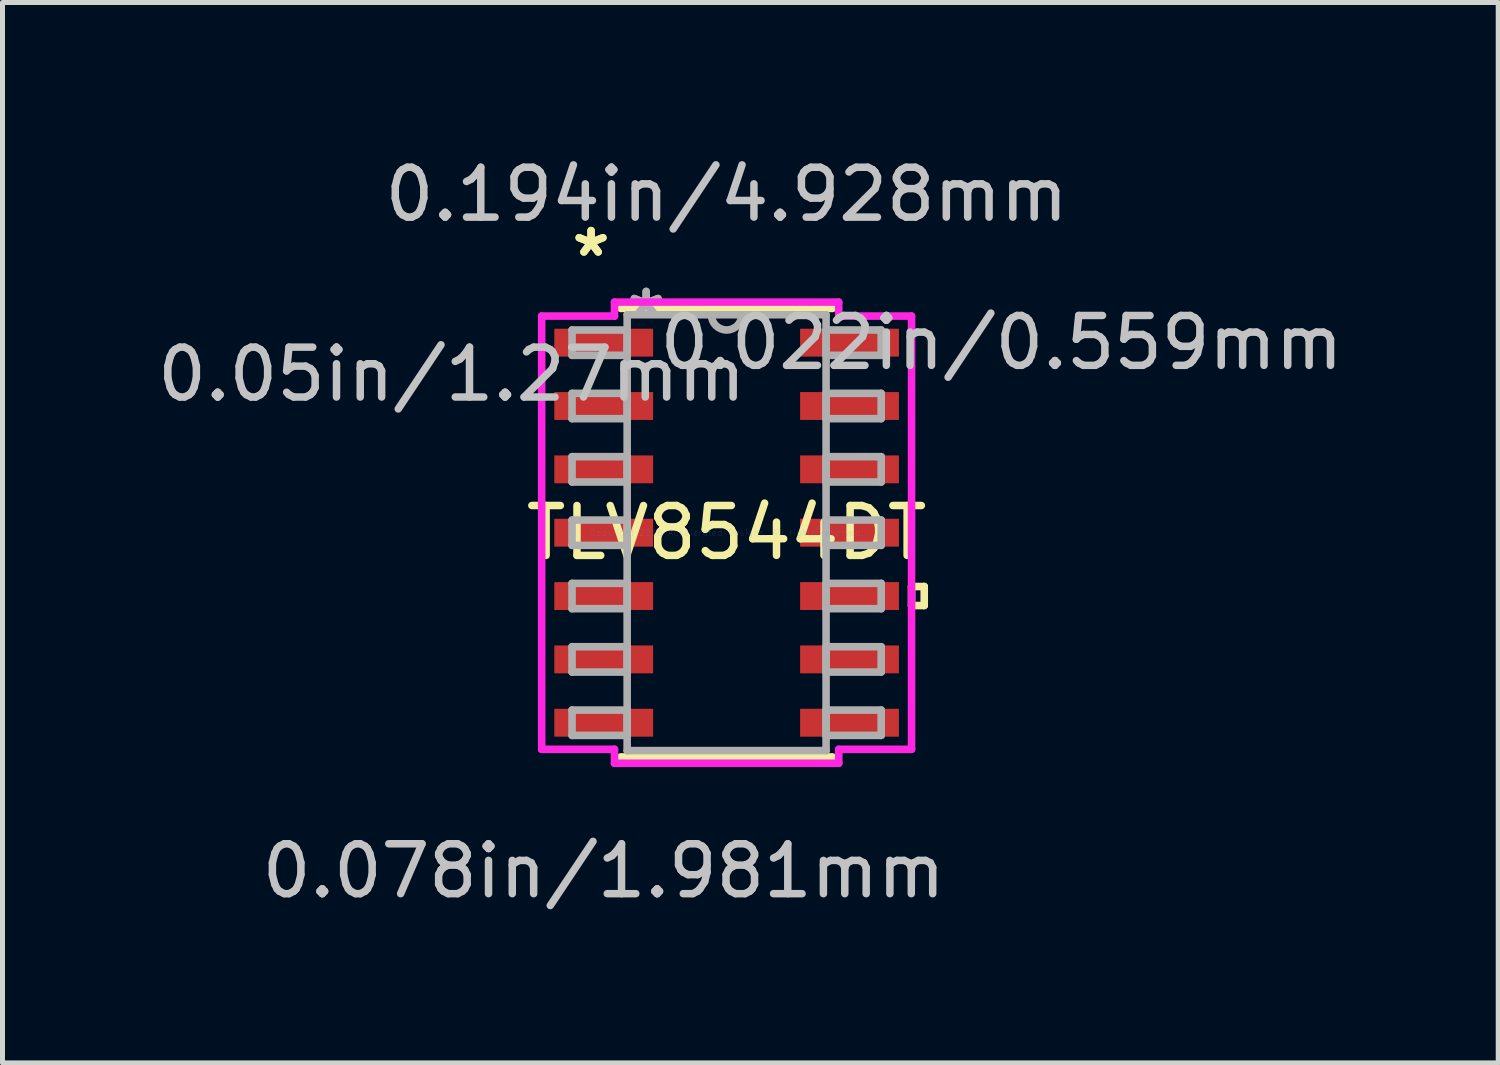
<source format=kicad_pcb>
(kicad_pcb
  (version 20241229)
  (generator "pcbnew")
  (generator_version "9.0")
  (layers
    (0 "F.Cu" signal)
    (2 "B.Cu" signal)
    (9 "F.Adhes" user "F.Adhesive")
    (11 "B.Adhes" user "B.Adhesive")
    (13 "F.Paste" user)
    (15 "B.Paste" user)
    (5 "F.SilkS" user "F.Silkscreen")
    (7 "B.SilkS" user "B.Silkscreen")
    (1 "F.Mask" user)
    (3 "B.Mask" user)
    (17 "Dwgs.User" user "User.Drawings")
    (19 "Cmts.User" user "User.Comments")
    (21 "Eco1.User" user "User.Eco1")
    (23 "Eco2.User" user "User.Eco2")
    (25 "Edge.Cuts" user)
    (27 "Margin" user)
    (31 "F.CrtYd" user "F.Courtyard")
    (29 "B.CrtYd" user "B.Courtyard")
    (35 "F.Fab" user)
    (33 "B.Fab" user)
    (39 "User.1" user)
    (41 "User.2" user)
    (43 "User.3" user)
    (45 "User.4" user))
  (footprint "TLV8544DT"
    (layer "F.Cu")
    (at 11.518 7.63)
    (property "Reference" "TLV8544DT" (at 0 0 0) (layer "F.SilkS") (effects (font (size 1 1) (thickness 0.15))))
    (attr through_hole)
    (fp_line (start -2.121 4.496) (end 2.121 4.496) (stroke (width 0.152) (type solid)) (layer "F.SilkS"))
    (fp_line (start 2.121 -4.496) (end -2.121 -4.496) (stroke (width 0.152) (type solid)) (layer "F.SilkS"))
    (fp_line (start 3.708 1.079) (end 3.962 1.079) (stroke (width 0.152) (type solid)) (layer "F.SilkS"))
    (fp_line (start 3.708 1.46) (end 3.708 1.079) (stroke (width 0.152) (type solid)) (layer "F.SilkS"))
    (fp_line (start 3.962 1.079) (end 3.962 1.46) (stroke (width 0.152) (type solid)) (layer "F.SilkS"))
    (fp_line (start 3.962 1.46) (end 3.708 1.46) (stroke (width 0.152) (type solid)) (layer "F.SilkS"))
    (fp_line (start -3.708 -4.343) (end -2.248 -4.343) (stroke (width 0.152) (type solid)) (layer "F.CrtYd"))
    (fp_line (start -3.708 4.343) (end -3.708 -4.343) (stroke (width 0.152) (type solid)) (layer "F.CrtYd"))
    (fp_line (start -2.248 -4.623) (end 2.248 -4.623) (stroke (width 0.152) (type solid)) (layer "F.CrtYd"))
    (fp_line (start -2.248 -4.343) (end -2.248 -4.623) (stroke (width 0.152) (type solid)) (layer "F.CrtYd"))
    (fp_line (start -2.248 4.343) (end -3.708 4.343) (stroke (width 0.152) (type solid)) (layer "F.CrtYd"))
    (fp_line (start -2.248 4.623) (end -2.248 4.343) (stroke (width 0.152) (type solid)) (layer "F.CrtYd"))
    (fp_line (start 2.248 -4.623) (end 2.248 -4.343) (stroke (width 0.152) (type solid)) (layer "F.CrtYd"))
    (fp_line (start 2.248 -4.343) (end 3.708 -4.343) (stroke (width 0.152) (type solid)) (layer "F.CrtYd"))
    (fp_line (start 2.248 4.343) (end 2.248 4.623) (stroke (width 0.152) (type solid)) (layer "F.CrtYd"))
    (fp_line (start 2.248 4.623) (end -2.248 4.623) (stroke (width 0.152) (type solid)) (layer "F.CrtYd"))
    (fp_line (start 3.708 -4.343) (end 3.708 4.343) (stroke (width 0.152) (type solid)) (layer "F.CrtYd"))
    (fp_line (start 3.708 4.343) (end 2.248 4.343) (stroke (width 0.152) (type solid)) (layer "F.CrtYd"))
    (fp_line (start -3.099 -4.064) (end -3.099 -3.556) (stroke (width 0.152) (type solid)) (layer "F.Fab"))
    (fp_line (start -3.099 -3.556) (end -1.994 -3.556) (stroke (width 0.152) (type solid)) (layer "F.Fab"))
    (fp_line (start -3.099 -2.794) (end -3.099 -2.286) (stroke (width 0.152) (type solid)) (layer "F.Fab"))
    (fp_line (start -3.099 -2.286) (end -1.994 -2.286) (stroke (width 0.152) (type solid)) (layer "F.Fab"))
    (fp_line (start -3.099 -1.524) (end -3.099 -1.016) (stroke (width 0.152) (type solid)) (layer "F.Fab"))
    (fp_line (start -3.099 -1.016) (end -1.994 -1.016) (stroke (width 0.152) (type solid)) (layer "F.Fab"))
    (fp_line (start -3.099 -0.254) (end -3.099 0.254) (stroke (width 0.152) (type solid)) (layer "F.Fab"))
    (fp_line (start -3.099 0.254) (end -1.994 0.254) (stroke (width 0.152) (type solid)) (layer "F.Fab"))
    (fp_line (start -3.099 1.016) (end -3.099 1.524) (stroke (width 0.152) (type solid)) (layer "F.Fab"))
    (fp_line (start -3.099 1.524) (end -1.994 1.524) (stroke (width 0.152) (type solid)) (layer "F.Fab"))
    (fp_line (start -3.099 2.286) (end -3.099 2.794) (stroke (width 0.152) (type solid)) (layer "F.Fab"))
    (fp_line (start -3.099 2.794) (end -1.994 2.794) (stroke (width 0.152) (type solid)) (layer "F.Fab"))
    (fp_line (start -3.099 3.556) (end -3.099 4.064) (stroke (width 0.152) (type solid)) (layer "F.Fab"))
    (fp_line (start -3.099 4.064) (end -1.994 4.064) (stroke (width 0.152) (type solid)) (layer "F.Fab"))
    (fp_line (start -1.994 -4.369) (end -1.994 4.369) (stroke (width 0.152) (type solid)) (layer "F.Fab"))
    (fp_line (start -1.994 -4.064) (end -3.099 -4.064) (stroke (width 0.152) (type solid)) (layer "F.Fab"))
    (fp_line (start -1.994 -3.556) (end -1.994 -4.064) (stroke (width 0.152) (type solid)) (layer "F.Fab"))
    (fp_line (start -1.994 -2.794) (end -3.099 -2.794) (stroke (width 0.152) (type solid)) (layer "F.Fab"))
    (fp_line (start -1.994 -2.286) (end -1.994 -2.794) (stroke (width 0.152) (type solid)) (layer "F.Fab"))
    (fp_line (start -1.994 -1.524) (end -3.099 -1.524) (stroke (width 0.152) (type solid)) (layer "F.Fab"))
    (fp_line (start -1.994 -1.016) (end -1.994 -1.524) (stroke (width 0.152) (type solid)) (layer "F.Fab"))
    (fp_line (start -1.994 -0.254) (end -3.099 -0.254) (stroke (width 0.152) (type solid)) (layer "F.Fab"))
    (fp_line (start -1.994 0.254) (end -1.994 -0.254) (stroke (width 0.152) (type solid)) (layer "F.Fab"))
    (fp_line (start -1.994 1.016) (end -3.099 1.016) (stroke (width 0.152) (type solid)) (layer "F.Fab"))
    (fp_line (start -1.994 1.524) (end -1.994 1.016) (stroke (width 0.152) (type solid)) (layer "F.Fab"))
    (fp_line (start -1.994 2.286) (end -3.099 2.286) (stroke (width 0.152) (type solid)) (layer "F.Fab"))
    (fp_line (start -1.994 2.794) (end -1.994 2.286) (stroke (width 0.152) (type solid)) (layer "F.Fab"))
    (fp_line (start -1.994 3.556) (end -3.099 3.556) (stroke (width 0.152) (type solid)) (layer "F.Fab"))
    (fp_line (start -1.994 4.064) (end -1.994 3.556) (stroke (width 0.152) (type solid)) (layer "F.Fab"))
    (fp_line (start -1.994 4.369) (end 1.994 4.369) (stroke (width 0.152) (type solid)) (layer "F.Fab"))
    (fp_line (start 1.994 -4.369) (end -1.994 -4.369) (stroke (width 0.152) (type solid)) (layer "F.Fab"))
    (fp_line (start 1.994 -4.064) (end 1.994 -3.556) (stroke (width 0.152) (type solid)) (layer "F.Fab"))
    (fp_line (start 1.994 -3.556) (end 3.099 -3.556) (stroke (width 0.152) (type solid)) (layer "F.Fab"))
    (fp_line (start 1.994 -2.794) (end 1.994 -2.286) (stroke (width 0.152) (type solid)) (layer "F.Fab"))
    (fp_line (start 1.994 -2.286) (end 3.099 -2.286) (stroke (width 0.152) (type solid)) (layer "F.Fab"))
    (fp_line (start 1.994 -1.524) (end 1.994 -1.016) (stroke (width 0.152) (type solid)) (layer "F.Fab"))
    (fp_line (start 1.994 -1.016) (end 3.099 -1.016) (stroke (width 0.152) (type solid)) (layer "F.Fab"))
    (fp_line (start 1.994 -0.254) (end 1.994 0.254) (stroke (width 0.152) (type solid)) (layer "F.Fab"))
    (fp_line (start 1.994 0.254) (end 3.099 0.254) (stroke (width 0.152) (type solid)) (layer "F.Fab"))
    (fp_line (start 1.994 1.016) (end 1.994 1.524) (stroke (width 0.152) (type solid)) (layer "F.Fab"))
    (fp_line (start 1.994 1.524) (end 3.099 1.524) (stroke (width 0.152) (type solid)) (layer "F.Fab"))
    (fp_line (start 1.994 2.286) (end 1.994 2.794) (stroke (width 0.152) (type solid)) (layer "F.Fab"))
    (fp_line (start 1.994 2.794) (end 3.099 2.794) (stroke (width 0.152) (type solid)) (layer "F.Fab"))
    (fp_line (start 1.994 3.556) (end 1.994 4.064) (stroke (width 0.152) (type solid)) (layer "F.Fab"))
    (fp_line (start 1.994 4.064) (end 3.099 4.064) (stroke (width 0.152) (type solid)) (layer "F.Fab"))
    (fp_line (start 1.994 4.369) (end 1.994 -4.369) (stroke (width 0.152) (type solid)) (layer "F.Fab"))
    (fp_line (start 3.099 -4.064) (end 1.994 -4.064) (stroke (width 0.152) (type solid)) (layer "F.Fab"))
    (fp_line (start 3.099 -3.556) (end 3.099 -4.064) (stroke (width 0.152) (type solid)) (layer "F.Fab"))
    (fp_line (start 3.099 -2.794) (end 1.994 -2.794) (stroke (width 0.152) (type solid)) (layer "F.Fab"))
    (fp_line (start 3.099 -2.286) (end 3.099 -2.794) (stroke (width 0.152) (type solid)) (layer "F.Fab"))
    (fp_line (start 3.099 -1.524) (end 1.994 -1.524) (stroke (width 0.152) (type solid)) (layer "F.Fab"))
    (fp_line (start 3.099 -1.016) (end 3.099 -1.524) (stroke (width 0.152) (type solid)) (layer "F.Fab"))
    (fp_line (start 3.099 -0.254) (end 1.994 -0.254) (stroke (width 0.152) (type solid)) (layer "F.Fab"))
    (fp_line (start 3.099 0.254) (end 3.099 -0.254) (stroke (width 0.152) (type solid)) (layer "F.Fab"))
    (fp_line (start 3.099 1.016) (end 1.994 1.016) (stroke (width 0.152) (type solid)) (layer "F.Fab"))
    (fp_line (start 3.099 1.524) (end 3.099 1.016) (stroke (width 0.152) (type solid)) (layer "F.Fab"))
    (fp_line (start 3.099 2.286) (end 1.994 2.286) (stroke (width 0.152) (type solid)) (layer "F.Fab"))
    (fp_line (start 3.099 2.794) (end 3.099 2.286) (stroke (width 0.152) (type solid)) (layer "F.Fab"))
    (fp_line (start 3.099 3.556) (end 1.994 3.556) (stroke (width 0.152) (type solid)) (layer "F.Fab"))
    (fp_line (start 3.099 4.064) (end 3.099 3.556) (stroke (width 0.152) (type solid)) (layer "F.Fab"))
    (fp_arc (start 0.3048 -4.3688) (mid 0 -4.064) (end -0.3048 -4.3688) (stroke (width 0.1524) (type solid)) (layer "F.Fab"))
    (fp_text user "*" (at -2.718 -5.512 0) (layer "F.SilkS") (effects (font (size 1 1) (thickness 0.15))))
    (fp_text user "*" (at -2.718 -5.512 0) (layer "F.SilkS") (effects (font (size 1 1) (thickness 0.15))))
    (fp_text user "0.05in/1.27mm" (at -5.512 -3.175 0) (layer "Dwgs.User") (effects (font (size 1 1) (thickness 0.15))))
    (fp_text user "0.194in/4.928mm" (at 0 -6.782 0) (layer "Dwgs.User") (effects (font (size 1 1) (thickness 0.15))))
    (fp_text user "0.078in/1.981mm" (at -2.464 6.782 0) (layer "Dwgs.User") (effects (font (size 1 1) (thickness 0.15))))
    (fp_text user "0.022in/0.559mm" (at 5.512 -3.81 0) (layer "Dwgs.User") (effects (font (size 1 1) (thickness 0.15))))
    (fp_text user "Copyright 2016 Accelerated Designs. All rights reserved." (at 0 0 0) (layer "Cmts.User") (effects (font (size 0.127 0.127) (thickness 0.002))))
    (fp_text user "*" (at -1.613 -4.293 0) (layer "F.Fab") (effects (font (size 1 1) (thickness 0.15))))
    (fp_text user "*" (at -1.613 -4.293 0) (layer "F.Fab") (effects (font (size 1 1) (thickness 0.15))))
    (pad "1" smd rect (at -2.464 -3.81) (size 1.981 0.559) (layers "F.Cu" "F.Mask" "F.Paste"))
    (pad "2" smd rect (at -2.464 -2.54) (size 1.981 0.559) (layers "F.Cu" "F.Mask" "F.Paste"))
    (pad "3" smd rect (at -2.464 -1.27) (size 1.981 0.559) (layers "F.Cu" "F.Mask" "F.Paste"))
    (pad "4" smd rect (at -2.464 0) (size 1.981 0.559) (layers "F.Cu" "F.Mask" "F.Paste"))
    (pad "5" smd rect (at -2.464 1.27) (size 1.981 0.559) (layers "F.Cu" "F.Mask" "F.Paste"))
    (pad "6" smd rect (at -2.464 2.54) (size 1.981 0.559) (layers "F.Cu" "F.Mask" "F.Paste"))
    (pad "7" smd rect (at -2.464 3.81) (size 1.981 0.559) (layers "F.Cu" "F.Mask" "F.Paste"))
    (pad "8" smd rect (at 2.464 3.81) (size 1.981 0.559) (layers "F.Cu" "F.Mask" "F.Paste"))
    (pad "9" smd rect (at 2.464 2.54) (size 1.981 0.559) (layers "F.Cu" "F.Mask" "F.Paste"))
    (pad "10" smd rect (at 2.464 1.27) (size 1.981 0.559) (layers "F.Cu" "F.Mask" "F.Paste"))
    (pad "11" smd rect (at 2.464 0) (size 1.981 0.559) (layers "F.Cu" "F.Mask" "F.Paste"))
    (pad "12" smd rect (at 2.464 -1.27) (size 1.981 0.559) (layers "F.Cu" "F.Mask" "F.Paste"))
    (pad "13" smd rect (at 2.464 -2.54) (size 1.981 0.559) (layers "F.Cu" "F.Mask" "F.Paste"))
    (pad "14" smd rect (at 2.464 -3.81) (size 1.981 0.559) (layers "F.Cu" "F.Mask" "F.Paste")))
  (gr_rect
    (start -3 -3)
    (end 26.988 18.26)
    (stroke (width 0.1) (type default))
    (fill no)
    (layer "Edge.Cuts")))
</source>
